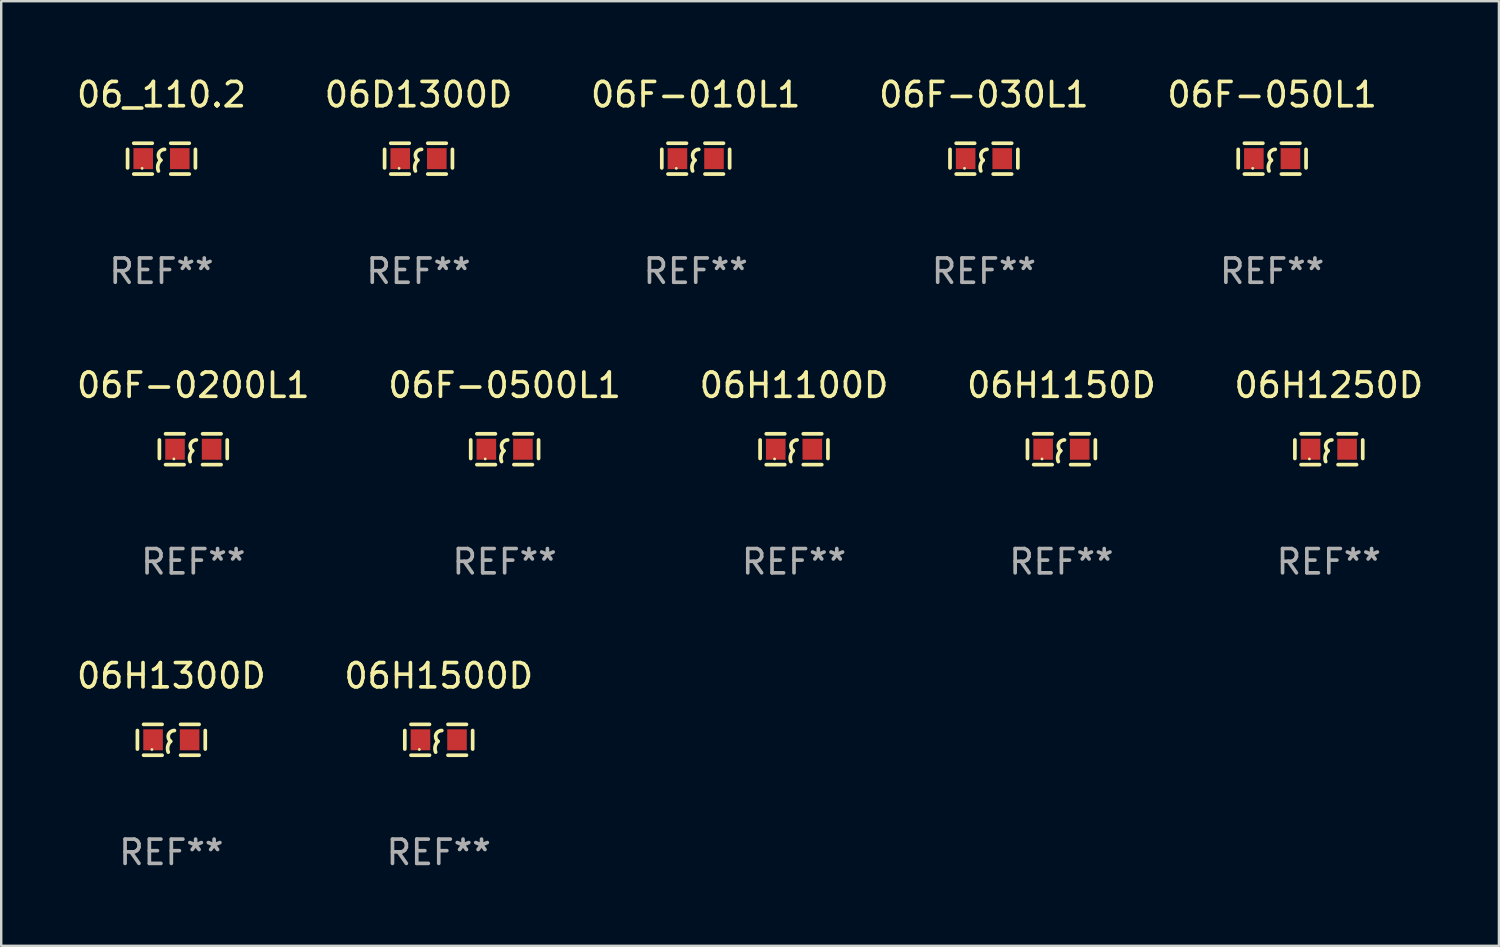
<source format=kicad_pcb>
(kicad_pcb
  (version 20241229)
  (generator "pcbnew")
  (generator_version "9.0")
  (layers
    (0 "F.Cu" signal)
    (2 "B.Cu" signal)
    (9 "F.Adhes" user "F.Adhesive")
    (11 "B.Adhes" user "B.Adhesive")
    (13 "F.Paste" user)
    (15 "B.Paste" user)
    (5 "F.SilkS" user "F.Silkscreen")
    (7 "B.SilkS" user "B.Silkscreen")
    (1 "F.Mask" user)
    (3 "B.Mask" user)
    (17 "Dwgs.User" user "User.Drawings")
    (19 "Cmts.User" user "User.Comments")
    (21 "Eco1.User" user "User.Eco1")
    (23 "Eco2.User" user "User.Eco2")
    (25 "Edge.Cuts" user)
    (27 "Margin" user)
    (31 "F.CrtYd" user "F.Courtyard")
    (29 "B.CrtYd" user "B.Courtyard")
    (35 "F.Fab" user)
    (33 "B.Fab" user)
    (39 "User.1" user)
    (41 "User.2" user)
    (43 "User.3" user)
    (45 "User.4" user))
  (footprint "06H1300D"
    (layer "F.Cu")
    (at 4.006 27.416)
    (property "Reference" "06H1300D" (at 0 -2.635 0) (layer "F.SilkS") (effects (font (size 1 1) (thickness 0.15))))
    (attr through_hole)
    (fp_line (start -1.397 -0.381) (end -1.397 0.381) (stroke (width 0.152) (type solid)) (layer "F.SilkS"))
    (fp_line (start -0.381 -0.635) (end -1.143 -0.635) (stroke (width 0.152) (type solid)) (layer "F.SilkS"))
    (fp_line (start -0.381 0.635) (end -1.143 0.635) (stroke (width 0.152) (type solid)) (layer "F.SilkS"))
    (fp_line (start 0.381 -0.635) (end 1.143 -0.635) (stroke (width 0.152) (type solid)) (layer "F.SilkS"))
    (fp_line (start 0.381 0.635) (end 1.143 0.635) (stroke (width 0.152) (type solid)) (layer "F.SilkS"))
    (fp_line (start 1.397 -0.381) (end 1.397 0.381) (stroke (width 0.152) (type solid)) (layer "F.SilkS"))
    (fp_arc (start -0.127 0.508001) (mid -0.146523 0.271131) (end -0.030861 0.0635) (stroke (width 0.151994) (type solid)) (layer "F.SilkS"))
    (fp_arc (start -0.03175 0.0635) (mid -0.113571 -0.216321) (end 0.127001 -0.381002) (stroke (width 0.151994) (type solid)) (layer "F.SilkS"))
    (fp_circle (center -0.8 0.4) (end -0.77 0.4) (stroke (width 0.06) (type solid)) (fill no) (layer "F.SilkS"))
    (fp_text user "REF**" (at 0 4.635 0) (layer "F.Fab") (effects (font (size 1 1) (thickness 0.15))))
    (pad "1" smd rect (at -0.753 0) (size 0.806 0.864) (layers "F.Cu" "F.Mask" "F.Paste"))
    (pad "2" smd rect (at 0.753 0) (size 0.806 0.864) (layers "F.Cu" "F.Mask" "F.Paste")))
  (footprint "06F-010L1"
    (layer "F.Cu")
    (at 25.601 3.483)
    (property "Reference" "06F-010L1" (at 0 -2.635 0) (layer "F.SilkS") (effects (font (size 1 1) (thickness 0.15))))
    (attr through_hole)
    (fp_line (start -1.397 -0.381) (end -1.397 0.381) (stroke (width 0.152) (type solid)) (layer "F.SilkS"))
    (fp_line (start -0.381 -0.635) (end -1.143 -0.635) (stroke (width 0.152) (type solid)) (layer "F.SilkS"))
    (fp_line (start -0.381 0.635) (end -1.143 0.635) (stroke (width 0.152) (type solid)) (layer "F.SilkS"))
    (fp_line (start 0.381 -0.635) (end 1.143 -0.635) (stroke (width 0.152) (type solid)) (layer "F.SilkS"))
    (fp_line (start 0.381 0.635) (end 1.143 0.635) (stroke (width 0.152) (type solid)) (layer "F.SilkS"))
    (fp_line (start 1.397 -0.381) (end 1.397 0.381) (stroke (width 0.152) (type solid)) (layer "F.SilkS"))
    (fp_arc (start -0.127 0.508001) (mid -0.146523 0.271131) (end -0.030861 0.0635) (stroke (width 0.151994) (type solid)) (layer "F.SilkS"))
    (fp_arc (start -0.03175 0.0635) (mid -0.113571 -0.216321) (end 0.127001 -0.381002) (stroke (width 0.151994) (type solid)) (layer "F.SilkS"))
    (fp_circle (center -0.8 0.4) (end -0.77 0.4) (stroke (width 0.06) (type solid)) (fill no) (layer "F.SilkS"))
    (fp_text user "REF**" (at 0 4.635 0) (layer "F.Fab") (effects (font (size 1 1) (thickness 0.15))))
    (pad "1" smd rect (at -0.753 0) (size 0.806 0.864) (layers "F.Cu" "F.Mask" "F.Paste"))
    (pad "2" smd rect (at 0.753 0) (size 0.806 0.864) (layers "F.Cu" "F.Mask" "F.Paste")))
  (footprint "06H1150D"
    (layer "F.Cu")
    (at 40.661 15.45)
    (property "Reference" "06H1150D" (at 0 -2.635 0) (layer "F.SilkS") (effects (font (size 1 1) (thickness 0.15))))
    (attr through_hole)
    (fp_line (start -1.397 -0.381) (end -1.397 0.381) (stroke (width 0.152) (type solid)) (layer "F.SilkS"))
    (fp_line (start -0.381 -0.635) (end -1.143 -0.635) (stroke (width 0.152) (type solid)) (layer "F.SilkS"))
    (fp_line (start -0.381 0.635) (end -1.143 0.635) (stroke (width 0.152) (type solid)) (layer "F.SilkS"))
    (fp_line (start 0.381 -0.635) (end 1.143 -0.635) (stroke (width 0.152) (type solid)) (layer "F.SilkS"))
    (fp_line (start 0.381 0.635) (end 1.143 0.635) (stroke (width 0.152) (type solid)) (layer "F.SilkS"))
    (fp_line (start 1.397 -0.381) (end 1.397 0.381) (stroke (width 0.152) (type solid)) (layer "F.SilkS"))
    (fp_arc (start -0.127 0.508001) (mid -0.146523 0.271131) (end -0.030861 0.0635) (stroke (width 0.151994) (type solid)) (layer "F.SilkS"))
    (fp_arc (start -0.03175 0.0635) (mid -0.113571 -0.216321) (end 0.127001 -0.381002) (stroke (width 0.151994) (type solid)) (layer "F.SilkS"))
    (fp_circle (center -0.8 0.4) (end -0.77 0.4) (stroke (width 0.06) (type solid)) (fill no) (layer "F.SilkS"))
    (fp_text user "REF**" (at 0 4.635 0) (layer "F.Fab") (effects (font (size 1 1) (thickness 0.15))))
    (pad "1" smd rect (at -0.753 0) (size 0.806 0.864) (layers "F.Cu" "F.Mask" "F.Paste"))
    (pad "2" smd rect (at 0.753 0) (size 0.806 0.864) (layers "F.Cu" "F.Mask" "F.Paste")))
  (footprint "06H1500D"
    (layer "F.Cu")
    (at 15.018 27.416)
    (property "Reference" "06H1500D" (at 0 -2.635 0) (layer "F.SilkS") (effects (font (size 1 1) (thickness 0.15))))
    (attr through_hole)
    (fp_line (start -1.397 -0.381) (end -1.397 0.381) (stroke (width 0.152) (type solid)) (layer "F.SilkS"))
    (fp_line (start -0.381 -0.635) (end -1.143 -0.635) (stroke (width 0.152) (type solid)) (layer "F.SilkS"))
    (fp_line (start -0.381 0.635) (end -1.143 0.635) (stroke (width 0.152) (type solid)) (layer "F.SilkS"))
    (fp_line (start 0.381 -0.635) (end 1.143 -0.635) (stroke (width 0.152) (type solid)) (layer "F.SilkS"))
    (fp_line (start 0.381 0.635) (end 1.143 0.635) (stroke (width 0.152) (type solid)) (layer "F.SilkS"))
    (fp_line (start 1.397 -0.381) (end 1.397 0.381) (stroke (width 0.152) (type solid)) (layer "F.SilkS"))
    (fp_arc (start -0.127 0.508001) (mid -0.146523 0.271131) (end -0.030861 0.0635) (stroke (width 0.151994) (type solid)) (layer "F.SilkS"))
    (fp_arc (start -0.03175 0.0635) (mid -0.113571 -0.216321) (end 0.127001 -0.381002) (stroke (width 0.151994) (type solid)) (layer "F.SilkS"))
    (fp_circle (center -0.8 0.4) (end -0.77 0.4) (stroke (width 0.06) (type solid)) (fill no) (layer "F.SilkS"))
    (fp_text user "REF**" (at 0 4.635 0) (layer "F.Fab") (effects (font (size 1 1) (thickness 0.15))))
    (pad "1" smd rect (at -0.753 0) (size 0.806 0.864) (layers "F.Cu" "F.Mask" "F.Paste"))
    (pad "2" smd rect (at 0.753 0) (size 0.806 0.864) (layers "F.Cu" "F.Mask" "F.Paste")))
  (footprint "06F-050L1"
    (layer "F.Cu")
    (at 49.339 3.483)
    (property "Reference" "06F-050L1" (at 0 -2.635 0) (layer "F.SilkS") (effects (font (size 1 1) (thickness 0.15))))
    (attr through_hole)
    (fp_line (start -1.397 -0.381) (end -1.397 0.381) (stroke (width 0.152) (type solid)) (layer "F.SilkS"))
    (fp_line (start -0.381 -0.635) (end -1.143 -0.635) (stroke (width 0.152) (type solid)) (layer "F.SilkS"))
    (fp_line (start -0.381 0.635) (end -1.143 0.635) (stroke (width 0.152) (type solid)) (layer "F.SilkS"))
    (fp_line (start 0.381 -0.635) (end 1.143 -0.635) (stroke (width 0.152) (type solid)) (layer "F.SilkS"))
    (fp_line (start 0.381 0.635) (end 1.143 0.635) (stroke (width 0.152) (type solid)) (layer "F.SilkS"))
    (fp_line (start 1.397 -0.381) (end 1.397 0.381) (stroke (width 0.152) (type solid)) (layer "F.SilkS"))
    (fp_arc (start -0.127 0.508001) (mid -0.146523 0.271131) (end -0.030861 0.0635) (stroke (width 0.151994) (type solid)) (layer "F.SilkS"))
    (fp_arc (start -0.03175 0.0635) (mid -0.113571 -0.216321) (end 0.127001 -0.381002) (stroke (width 0.151994) (type solid)) (layer "F.SilkS"))
    (fp_circle (center -0.8 0.4) (end -0.77 0.4) (stroke (width 0.06) (type solid)) (fill no) (layer "F.SilkS"))
    (fp_text user "REF**" (at 0 4.635 0) (layer "F.Fab") (effects (font (size 1 1) (thickness 0.15))))
    (pad "1" smd rect (at -0.753 0) (size 0.806 0.864) (layers "F.Cu" "F.Mask" "F.Paste"))
    (pad "2" smd rect (at 0.753 0) (size 0.806 0.864) (layers "F.Cu" "F.Mask" "F.Paste")))
  (footprint "06H1250D"
    (layer "F.Cu")
    (at 51.673 15.45)
    (property "Reference" "06H1250D" (at 0 -2.635 0) (layer "F.SilkS") (effects (font (size 1 1) (thickness 0.15))))
    (attr through_hole)
    (fp_line (start -1.397 -0.381) (end -1.397 0.381) (stroke (width 0.152) (type solid)) (layer "F.SilkS"))
    (fp_line (start -0.381 -0.635) (end -1.143 -0.635) (stroke (width 0.152) (type solid)) (layer "F.SilkS"))
    (fp_line (start -0.381 0.635) (end -1.143 0.635) (stroke (width 0.152) (type solid)) (layer "F.SilkS"))
    (fp_line (start 0.381 -0.635) (end 1.143 -0.635) (stroke (width 0.152) (type solid)) (layer "F.SilkS"))
    (fp_line (start 0.381 0.635) (end 1.143 0.635) (stroke (width 0.152) (type solid)) (layer "F.SilkS"))
    (fp_line (start 1.397 -0.381) (end 1.397 0.381) (stroke (width 0.152) (type solid)) (layer "F.SilkS"))
    (fp_arc (start -0.127 0.508001) (mid -0.146523 0.271131) (end -0.030861 0.0635) (stroke (width 0.151994) (type solid)) (layer "F.SilkS"))
    (fp_arc (start -0.03175 0.0635) (mid -0.113571 -0.216321) (end 0.127001 -0.381002) (stroke (width 0.151994) (type solid)) (layer "F.SilkS"))
    (fp_circle (center -0.8 0.4) (end -0.77 0.4) (stroke (width 0.06) (type solid)) (fill no) (layer "F.SilkS"))
    (fp_text user "REF**" (at 0 4.635 0) (layer "F.Fab") (effects (font (size 1 1) (thickness 0.15))))
    (pad "1" smd rect (at -0.753 0) (size 0.806 0.864) (layers "F.Cu" "F.Mask" "F.Paste"))
    (pad "2" smd rect (at 0.753 0) (size 0.806 0.864) (layers "F.Cu" "F.Mask" "F.Paste")))
  (footprint "06_110.2"
    (layer "F.Cu")
    (at 3.601 3.483)
    (property "Reference" "06_110.2" (at 0 -2.635 0) (layer "F.SilkS") (effects (font (size 1 1) (thickness 0.15))))
    (attr through_hole)
    (fp_line (start -1.397 -0.381) (end -1.397 0.381) (stroke (width 0.152) (type solid)) (layer "F.SilkS"))
    (fp_line (start -0.381 -0.635) (end -1.143 -0.635) (stroke (width 0.152) (type solid)) (layer "F.SilkS"))
    (fp_line (start -0.381 0.635) (end -1.143 0.635) (stroke (width 0.152) (type solid)) (layer "F.SilkS"))
    (fp_line (start 0.381 -0.635) (end 1.143 -0.635) (stroke (width 0.152) (type solid)) (layer "F.SilkS"))
    (fp_line (start 0.381 0.635) (end 1.143 0.635) (stroke (width 0.152) (type solid)) (layer "F.SilkS"))
    (fp_line (start 1.397 -0.381) (end 1.397 0.381) (stroke (width 0.152) (type solid)) (layer "F.SilkS"))
    (fp_arc (start -0.127 0.508001) (mid -0.146523 0.271131) (end -0.030861 0.0635) (stroke (width 0.151994) (type solid)) (layer "F.SilkS"))
    (fp_arc (start -0.03175 0.0635) (mid -0.113571 -0.216321) (end 0.127001 -0.381002) (stroke (width 0.151994) (type solid)) (layer "F.SilkS"))
    (fp_circle (center -0.8 0.4) (end -0.77 0.4) (stroke (width 0.06) (type solid)) (fill no) (layer "F.SilkS"))
    (fp_text user "REF**" (at 0 4.635 0) (layer "F.Fab") (effects (font (size 1 1) (thickness 0.15))))
    (pad "1" smd rect (at -0.753 0) (size 0.806 0.864) (layers "F.Cu" "F.Mask" "F.Paste"))
    (pad "2" smd rect (at 0.753 0) (size 0.806 0.864) (layers "F.Cu" "F.Mask" "F.Paste")))
  (footprint "06F-0200L1"
    (layer "F.Cu")
    (at 4.911 15.45)
    (property "Reference" "06F-0200L1" (at 0 -2.635 0) (layer "F.SilkS") (effects (font (size 1 1) (thickness 0.15))))
    (attr through_hole)
    (fp_line (start -1.397 -0.381) (end -1.397 0.381) (stroke (width 0.152) (type solid)) (layer "F.SilkS"))
    (fp_line (start -0.381 -0.635) (end -1.143 -0.635) (stroke (width 0.152) (type solid)) (layer "F.SilkS"))
    (fp_line (start -0.381 0.635) (end -1.143 0.635) (stroke (width 0.152) (type solid)) (layer "F.SilkS"))
    (fp_line (start 0.381 -0.635) (end 1.143 -0.635) (stroke (width 0.152) (type solid)) (layer "F.SilkS"))
    (fp_line (start 0.381 0.635) (end 1.143 0.635) (stroke (width 0.152) (type solid)) (layer "F.SilkS"))
    (fp_line (start 1.397 -0.381) (end 1.397 0.381) (stroke (width 0.152) (type solid)) (layer "F.SilkS"))
    (fp_arc (start -0.127 0.508001) (mid -0.146523 0.271131) (end -0.030861 0.0635) (stroke (width 0.151994) (type solid)) (layer "F.SilkS"))
    (fp_arc (start -0.03175 0.0635) (mid -0.113571 -0.216321) (end 0.127001 -0.381002) (stroke (width 0.151994) (type solid)) (layer "F.SilkS"))
    (fp_circle (center -0.8 0.4) (end -0.77 0.4) (stroke (width 0.06) (type solid)) (fill no) (layer "F.SilkS"))
    (fp_text user "REF**" (at 0 4.635 0) (layer "F.Fab") (effects (font (size 1 1) (thickness 0.15))))
    (pad "1" smd rect (at -0.753 0) (size 0.806 0.864) (layers "F.Cu" "F.Mask" "F.Paste"))
    (pad "2" smd rect (at 0.753 0) (size 0.806 0.864) (layers "F.Cu" "F.Mask" "F.Paste")))
  (footprint "06H1100D"
    (layer "F.Cu")
    (at 29.649 15.45)
    (property "Reference" "06H1100D" (at 0 -2.635 0) (layer "F.SilkS") (effects (font (size 1 1) (thickness 0.15))))
    (attr through_hole)
    (fp_line (start -1.397 -0.381) (end -1.397 0.381) (stroke (width 0.152) (type solid)) (layer "F.SilkS"))
    (fp_line (start -0.381 -0.635) (end -1.143 -0.635) (stroke (width 0.152) (type solid)) (layer "F.SilkS"))
    (fp_line (start -0.381 0.635) (end -1.143 0.635) (stroke (width 0.152) (type solid)) (layer "F.SilkS"))
    (fp_line (start 0.381 -0.635) (end 1.143 -0.635) (stroke (width 0.152) (type solid)) (layer "F.SilkS"))
    (fp_line (start 0.381 0.635) (end 1.143 0.635) (stroke (width 0.152) (type solid)) (layer "F.SilkS"))
    (fp_line (start 1.397 -0.381) (end 1.397 0.381) (stroke (width 0.152) (type solid)) (layer "F.SilkS"))
    (fp_arc (start -0.127 0.508001) (mid -0.146523 0.271131) (end -0.030861 0.0635) (stroke (width 0.151994) (type solid)) (layer "F.SilkS"))
    (fp_arc (start -0.03175 0.0635) (mid -0.113571 -0.216321) (end 0.127001 -0.381002) (stroke (width 0.151994) (type solid)) (layer "F.SilkS"))
    (fp_circle (center -0.8 0.4) (end -0.77 0.4) (stroke (width 0.06) (type solid)) (fill no) (layer "F.SilkS"))
    (fp_text user "REF**" (at 0 4.635 0) (layer "F.Fab") (effects (font (size 1 1) (thickness 0.15))))
    (pad "1" smd rect (at -0.753 0) (size 0.806 0.864) (layers "F.Cu" "F.Mask" "F.Paste"))
    (pad "2" smd rect (at 0.753 0) (size 0.806 0.864) (layers "F.Cu" "F.Mask" "F.Paste")))
  (footprint "06F-0500L1"
    (layer "F.Cu")
    (at 17.732 15.45)
    (property "Reference" "06F-0500L1" (at 0 -2.635 0) (layer "F.SilkS") (effects (font (size 1 1) (thickness 0.15))))
    (attr through_hole)
    (fp_line (start -1.397 -0.381) (end -1.397 0.381) (stroke (width 0.152) (type solid)) (layer "F.SilkS"))
    (fp_line (start -0.381 -0.635) (end -1.143 -0.635) (stroke (width 0.152) (type solid)) (layer "F.SilkS"))
    (fp_line (start -0.381 0.635) (end -1.143 0.635) (stroke (width 0.152) (type solid)) (layer "F.SilkS"))
    (fp_line (start 0.381 -0.635) (end 1.143 -0.635) (stroke (width 0.152) (type solid)) (layer "F.SilkS"))
    (fp_line (start 0.381 0.635) (end 1.143 0.635) (stroke (width 0.152) (type solid)) (layer "F.SilkS"))
    (fp_line (start 1.397 -0.381) (end 1.397 0.381) (stroke (width 0.152) (type solid)) (layer "F.SilkS"))
    (fp_arc (start -0.127 0.508001) (mid -0.146523 0.271131) (end -0.030861 0.0635) (stroke (width 0.151994) (type solid)) (layer "F.SilkS"))
    (fp_arc (start -0.03175 0.0635) (mid -0.113571 -0.216321) (end 0.127001 -0.381002) (stroke (width 0.151994) (type solid)) (layer "F.SilkS"))
    (fp_circle (center -0.8 0.4) (end -0.77 0.4) (stroke (width 0.06) (type solid)) (fill no) (layer "F.SilkS"))
    (fp_text user "REF**" (at 0 4.635 0) (layer "F.Fab") (effects (font (size 1 1) (thickness 0.15))))
    (pad "1" smd rect (at -0.753 0) (size 0.806 0.864) (layers "F.Cu" "F.Mask" "F.Paste"))
    (pad "2" smd rect (at 0.753 0) (size 0.806 0.864) (layers "F.Cu" "F.Mask" "F.Paste")))
  (footprint "06F-030L1"
    (layer "F.Cu")
    (at 37.47 3.483)
    (property "Reference" "06F-030L1" (at 0 -2.635 0) (layer "F.SilkS") (effects (font (size 1 1) (thickness 0.15))))
    (attr through_hole)
    (fp_line (start -1.397 -0.381) (end -1.397 0.381) (stroke (width 0.152) (type solid)) (layer "F.SilkS"))
    (fp_line (start -0.381 -0.635) (end -1.143 -0.635) (stroke (width 0.152) (type solid)) (layer "F.SilkS"))
    (fp_line (start -0.381 0.635) (end -1.143 0.635) (stroke (width 0.152) (type solid)) (layer "F.SilkS"))
    (fp_line (start 0.381 -0.635) (end 1.143 -0.635) (stroke (width 0.152) (type solid)) (layer "F.SilkS"))
    (fp_line (start 0.381 0.635) (end 1.143 0.635) (stroke (width 0.152) (type solid)) (layer "F.SilkS"))
    (fp_line (start 1.397 -0.381) (end 1.397 0.381) (stroke (width 0.152) (type solid)) (layer "F.SilkS"))
    (fp_arc (start -0.127 0.508001) (mid -0.146523 0.271131) (end -0.030861 0.0635) (stroke (width 0.151994) (type solid)) (layer "F.SilkS"))
    (fp_arc (start -0.03175 0.0635) (mid -0.113571 -0.216321) (end 0.127001 -0.381002) (stroke (width 0.151994) (type solid)) (layer "F.SilkS"))
    (fp_circle (center -0.8 0.4) (end -0.77 0.4) (stroke (width 0.06) (type solid)) (fill no) (layer "F.SilkS"))
    (fp_text user "REF**" (at 0 4.635 0) (layer "F.Fab") (effects (font (size 1 1) (thickness 0.15))))
    (pad "1" smd rect (at -0.753 0) (size 0.806 0.864) (layers "F.Cu" "F.Mask" "F.Paste"))
    (pad "2" smd rect (at 0.753 0) (size 0.806 0.864) (layers "F.Cu" "F.Mask" "F.Paste")))
  (footprint "06D1300D"
    (layer "F.Cu")
    (at 14.185 3.483)
    (property "Reference" "06D1300D" (at 0 -2.635 0) (layer "F.SilkS") (effects (font (size 1 1) (thickness 0.15))))
    (attr through_hole)
    (fp_line (start -1.397 -0.381) (end -1.397 0.381) (stroke (width 0.152) (type solid)) (layer "F.SilkS"))
    (fp_line (start -0.381 -0.635) (end -1.143 -0.635) (stroke (width 0.152) (type solid)) (layer "F.SilkS"))
    (fp_line (start -0.381 0.635) (end -1.143 0.635) (stroke (width 0.152) (type solid)) (layer "F.SilkS"))
    (fp_line (start 0.381 -0.635) (end 1.143 -0.635) (stroke (width 0.152) (type solid)) (layer "F.SilkS"))
    (fp_line (start 0.381 0.635) (end 1.143 0.635) (stroke (width 0.152) (type solid)) (layer "F.SilkS"))
    (fp_line (start 1.397 -0.381) (end 1.397 0.381) (stroke (width 0.152) (type solid)) (layer "F.SilkS"))
    (fp_arc (start -0.127 0.508001) (mid -0.146523 0.271131) (end -0.030861 0.0635) (stroke (width 0.151994) (type solid)) (layer "F.SilkS"))
    (fp_arc (start -0.03175 0.0635) (mid -0.113571 -0.216321) (end 0.127001 -0.381002) (stroke (width 0.151994) (type solid)) (layer "F.SilkS"))
    (fp_circle (center -0.8 0.4) (end -0.77 0.4) (stroke (width 0.06) (type solid)) (fill no) (layer "F.SilkS"))
    (fp_text user "REF**" (at 0 4.635 0) (layer "F.Fab") (effects (font (size 1 1) (thickness 0.15))))
    (pad "1" smd rect (at -0.753 0) (size 0.806 0.864) (layers "F.Cu" "F.Mask" "F.Paste"))
    (pad "2" smd rect (at 0.753 0) (size 0.806 0.864) (layers "F.Cu" "F.Mask" "F.Paste")))
  (gr_rect
    (start -3 -3)
    (end 58.679 35.9)
    (stroke (width 0.1) (type default))
    (fill no)
    (layer "Edge.Cuts")))
</source>
